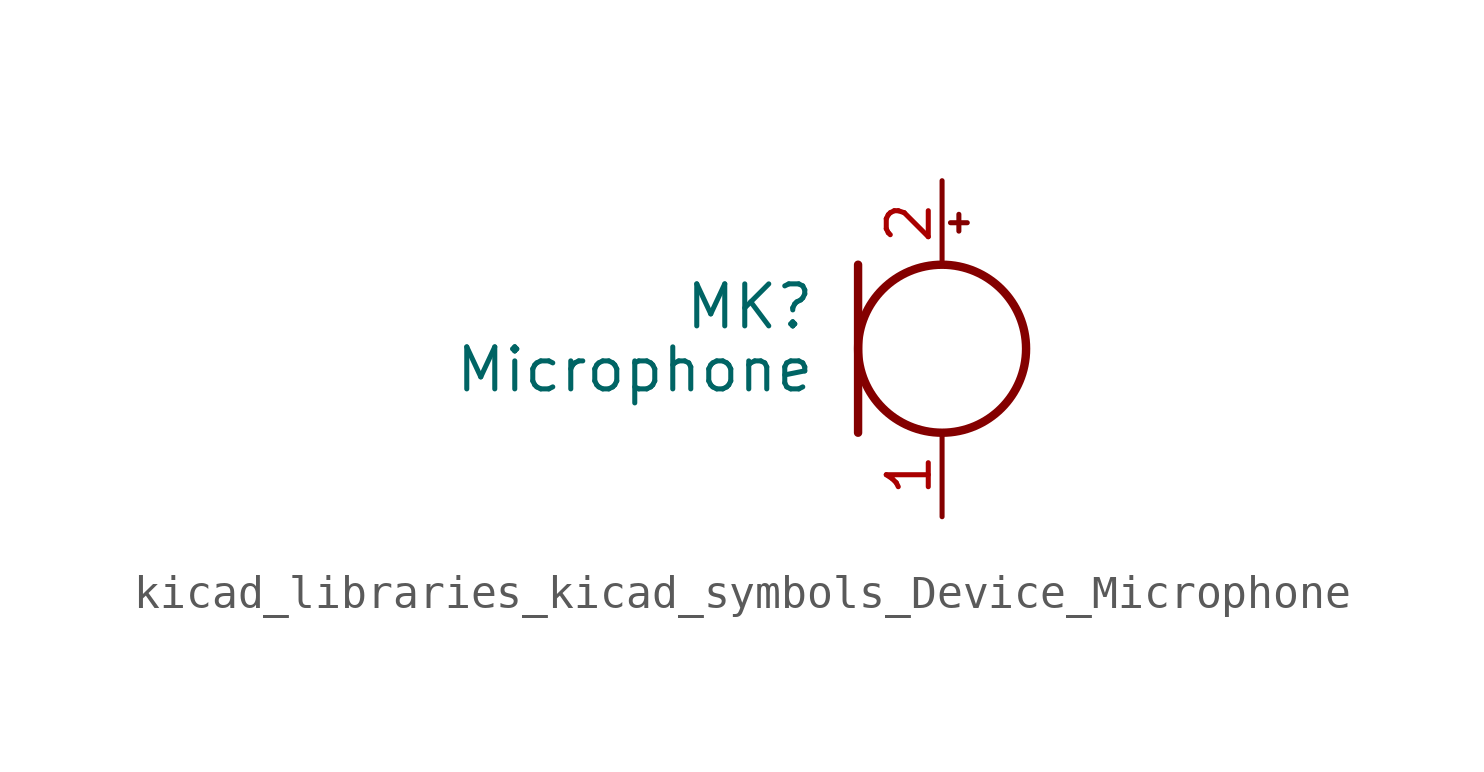
<source format=kicad_sym>
(kicad_symbol_lib
  (version 20220914)
  (generator kicad_symbol_editor)
  (symbol "kicad_libraries_kicad_symbols_Device_Microphone"
    (pin_names
      (offset 0.025) hide)
    (property "Reference" "MK"
      (at -3.81 1.27 0)
      (effects (font (size 1.27 1.27)) (justify right)))
    (property "Value" "Microphone"
      (at -3.81 -0.635 0)
      (effects (font (size 1.27 1.27)) (justify right)))
    (symbol "kicad_libraries_kicad_symbols_Device_Microphone_0_1"
      (polyline (pts (xy -2.54 2.54) (xy -2.54 -2.54)) (stroke (width 0.254) (type default)) (fill (type none)))
      (polyline (pts (xy 0.254 3.81) (xy 0.762 3.81)) (stroke (width 0) (type default)) (fill (type none)))
      (polyline (pts (xy 0.508 4.064) (xy 0.508 3.556)) (stroke (width 0) (type default)) (fill (type none)))
      (circle (center 0 0) (radius 2.54) (stroke (width 0.254) (type default)) (fill (type none))))
    (symbol "kicad_libraries_kicad_symbols_Device_Microphone_1_1"
      (pin passive line (at 0 -5.08 90) (length 2.54) (name "-" (effects (font (size 1.27 1.27)))) (number "1" (effects (font (size 1.27 1.27)))))
      (pin passive line (at 0 5.08 270) (length 2.54) (name "+" (effects (font (size 1.27 1.27)))) (number "2" (effects (font (size 1.27 1.27))))))))
</source>
